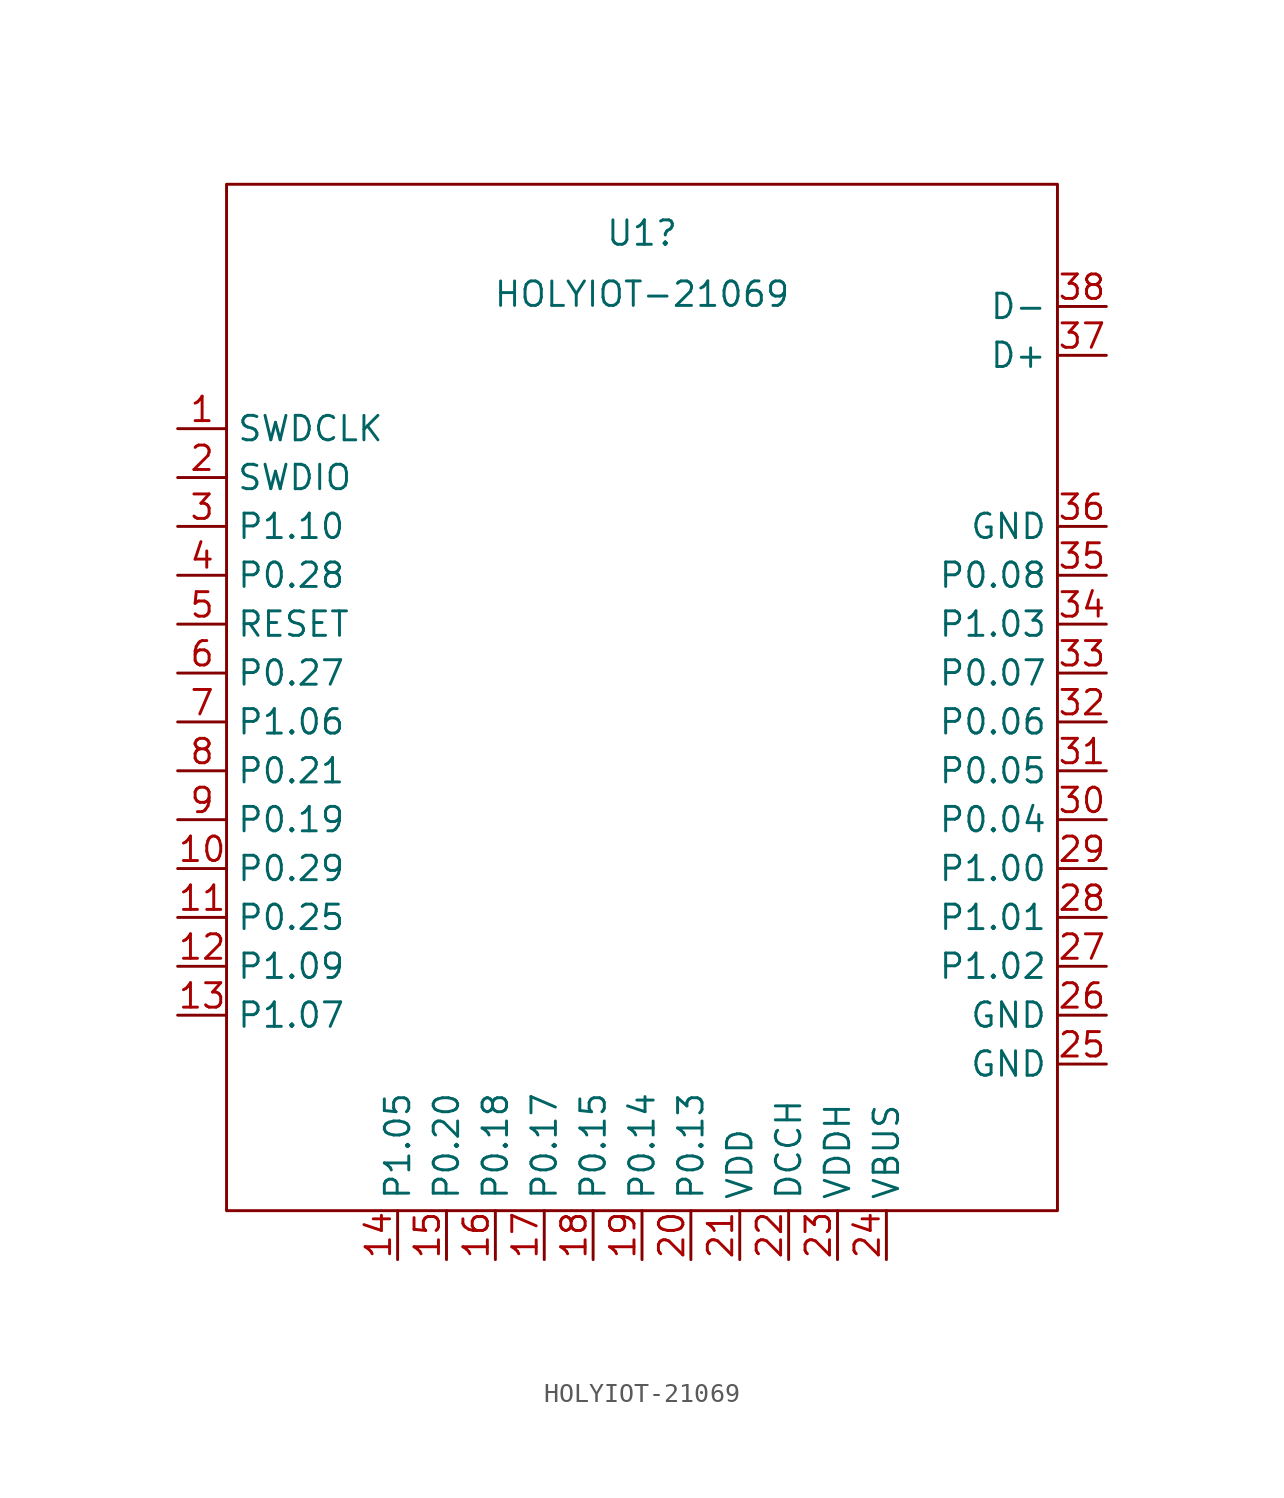
<source format=kicad_sym>
(kicad_symbol_lib
  (version 20231120)
  (generator "kicad_symbol_editor")
  (generator_version "8.0")
  (symbol "HOLYIOT-21069"
    (property "Reference" "U1"
      (at 0 24.13 0)
      (effects (font (size 1.27 1.27))))
    (property "Value" "HOLYIOT-21069"
      (at 0 20.955 0)
      (effects (font (size 1.27 1.27))))
    (symbol "HOLYIOT-21069_0_1"
      (rectangle (start -21.59 26.67) (end 21.59 -26.67) (stroke (width 0) (type default)) (fill (type none))))
    (symbol "HOLYIOT-21069_1_1"
      (pin input line (at -24.13 13.97 0) (length 2.54) (name "SWDCLK" (effects (font (size 1.27 1.27)))) (number "1" (effects (font (size 1.27 1.27)))))
      (pin input line (at -24.13 -8.89 0) (length 2.54) (name "P0.29" (effects (font (size 1.27 1.27)))) (number "10" (effects (font (size 1.27 1.27)))))
      (pin input line (at -24.13 -11.43 0) (length 2.54) (name "P0.25" (effects (font (size 1.27 1.27)))) (number "11" (effects (font (size 1.27 1.27)))))
      (pin input line (at -24.13 -13.97 0) (length 2.54) (name "P1.09" (effects (font (size 1.27 1.27)))) (number "12" (effects (font (size 1.27 1.27)))))
      (pin input line (at -24.13 -16.51 0) (length 2.54) (name "P1.07" (effects (font (size 1.27 1.27)))) (number "13" (effects (font (size 1.27 1.27)))))
      (pin input line (at -12.7 -29.21 90) (length 2.54) (name "P1.05" (effects (font (size 1.27 1.27)))) (number "14" (effects (font (size 1.27 1.27)))))
      (pin input line (at -10.16 -29.21 90) (length 2.54) (name "P0.20" (effects (font (size 1.27 1.27)))) (number "15" (effects (font (size 1.27 1.27)))))
      (pin input line (at -7.62 -29.21 90) (length 2.54) (name "P0.18" (effects (font (size 1.27 1.27)))) (number "16" (effects (font (size 1.27 1.27)))))
      (pin input line (at -5.08 -29.21 90) (length 2.54) (name "P0.17" (effects (font (size 1.27 1.27)))) (number "17" (effects (font (size 1.27 1.27)))))
      (pin input line (at -2.54 -29.21 90) (length 2.54) (name "P0.15" (effects (font (size 1.27 1.27)))) (number "18" (effects (font (size 1.27 1.27)))))
      (pin input line (at 0 -29.21 90) (length 2.54) (name "P0.14" (effects (font (size 1.27 1.27)))) (number "19" (effects (font (size 1.27 1.27)))))
      (pin input line (at -24.13 11.43 0) (length 2.54) (name "SWDIO" (effects (font (size 1.27 1.27)))) (number "2" (effects (font (size 1.27 1.27)))))
      (pin input line (at 2.54 -29.21 90) (length 2.54) (name "P0.13" (effects (font (size 1.27 1.27)))) (number "20" (effects (font (size 1.27 1.27)))))
      (pin power_in line (at 5.08 -29.21 90) (length 2.54) (name "VDD" (effects (font (size 1.27 1.27)))) (number "21" (effects (font (size 1.27 1.27)))))
      (pin power_in line (at 7.62 -29.21 90) (length 2.54) (name "DCCH" (effects (font (size 1.27 1.27)))) (number "22" (effects (font (size 1.27 1.27)))))
      (pin power_in line (at 10.16 -29.21 90) (length 2.54) (name "VDDH" (effects (font (size 1.27 1.27)))) (number "23" (effects (font (size 1.27 1.27)))))
      (pin power_in line (at 12.7 -29.21 90) (length 2.54) (name "VBUS" (effects (font (size 1.27 1.27)))) (number "24" (effects (font (size 1.27 1.27)))))
      (pin power_in line (at 24.13 -19.05 180) (length 2.54) (name "GND" (effects (font (size 1.27 1.27)))) (number "25" (effects (font (size 1.27 1.27)))))
      (pin power_in line (at 24.13 -16.51 180) (length 2.54) (name "GND" (effects (font (size 1.27 1.27)))) (number "26" (effects (font (size 1.27 1.27)))))
      (pin input line (at 24.13 -13.97 180) (length 2.54) (name "P1.02" (effects (font (size 1.27 1.27)))) (number "27" (effects (font (size 1.27 1.27)))))
      (pin input line (at 24.13 -11.43 180) (length 2.54) (name "P1.01" (effects (font (size 1.27 1.27)))) (number "28" (effects (font (size 1.27 1.27)))))
      (pin input line (at 24.13 -8.89 180) (length 2.54) (name "P1.00" (effects (font (size 1.27 1.27)))) (number "29" (effects (font (size 1.27 1.27)))))
      (pin input line (at -24.13 8.89 0) (length 2.54) (name "P1.10" (effects (font (size 1.27 1.27)))) (number "3" (effects (font (size 1.27 1.27)))))
      (pin input line (at 24.13 -6.35 180) (length 2.54) (name "P0.04" (effects (font (size 1.27 1.27)))) (number "30" (effects (font (size 1.27 1.27)))))
      (pin input line (at 24.13 -3.81 180) (length 2.54) (name "P0.05" (effects (font (size 1.27 1.27)))) (number "31" (effects (font (size 1.27 1.27)))))
      (pin input line (at 24.13 -1.27 180) (length 2.54) (name "P0.06" (effects (font (size 1.27 1.27)))) (number "32" (effects (font (size 1.27 1.27)))))
      (pin input line (at 24.13 1.27 180) (length 2.54) (name "P0.07" (effects (font (size 1.27 1.27)))) (number "33" (effects (font (size 1.27 1.27)))))
      (pin input line (at 24.13 3.81 180) (length 2.54) (name "P1.03" (effects (font (size 1.27 1.27)))) (number "34" (effects (font (size 1.27 1.27)))))
      (pin input line (at 24.13 6.35 180) (length 2.54) (name "P0.08" (effects (font (size 1.27 1.27)))) (number "35" (effects (font (size 1.27 1.27)))))
      (pin power_in line (at 24.13 8.89 180) (length 2.54) (name "GND" (effects (font (size 1.27 1.27)))) (number "36" (effects (font (size 1.27 1.27)))))
      (pin input line (at 24.13 17.78 180) (length 2.54) (name "D+" (effects (font (size 1.27 1.27)))) (number "37" (effects (font (size 1.27 1.27)))))
      (pin input line (at 24.13 20.32 180) (length 2.54) (name "D-" (effects (font (size 1.27 1.27)))) (number "38" (effects (font (size 1.27 1.27)))))
      (pin input line (at -24.13 6.35 0) (length 2.54) (name "P0.28" (effects (font (size 1.27 1.27)))) (number "4" (effects (font (size 1.27 1.27)))))
      (pin input line (at -24.13 3.81 0) (length 2.54) (name "RESET" (effects (font (size 1.27 1.27)))) (number "5" (effects (font (size 1.27 1.27)))))
      (pin input line (at -24.13 1.27 0) (length 2.54) (name "P0.27" (effects (font (size 1.27 1.27)))) (number "6" (effects (font (size 1.27 1.27)))))
      (pin input line (at -24.13 -1.27 0) (length 2.54) (name "P1.06" (effects (font (size 1.27 1.27)))) (number "7" (effects (font (size 1.27 1.27)))))
      (pin input line (at -24.13 -3.81 0) (length 2.54) (name "P0.21" (effects (font (size 1.27 1.27)))) (number "8" (effects (font (size 1.27 1.27)))))
      (pin input line (at -24.13 -6.35 0) (length 2.54) (name "P0.19" (effects (font (size 1.27 1.27)))) (number "9" (effects (font (size 1.27 1.27))))))))
</source>
